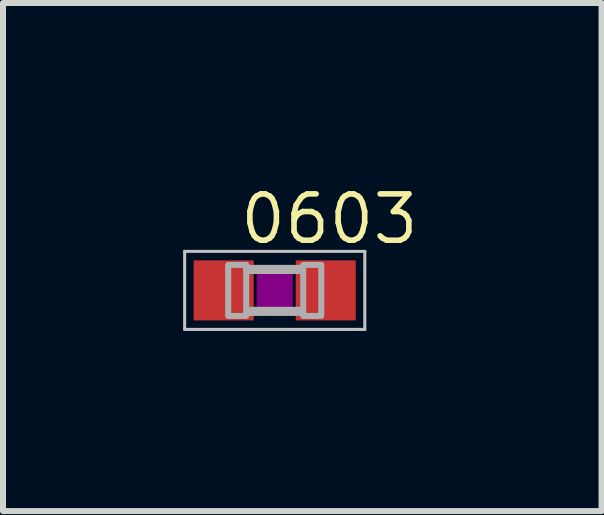
<source format=kicad_pcb>
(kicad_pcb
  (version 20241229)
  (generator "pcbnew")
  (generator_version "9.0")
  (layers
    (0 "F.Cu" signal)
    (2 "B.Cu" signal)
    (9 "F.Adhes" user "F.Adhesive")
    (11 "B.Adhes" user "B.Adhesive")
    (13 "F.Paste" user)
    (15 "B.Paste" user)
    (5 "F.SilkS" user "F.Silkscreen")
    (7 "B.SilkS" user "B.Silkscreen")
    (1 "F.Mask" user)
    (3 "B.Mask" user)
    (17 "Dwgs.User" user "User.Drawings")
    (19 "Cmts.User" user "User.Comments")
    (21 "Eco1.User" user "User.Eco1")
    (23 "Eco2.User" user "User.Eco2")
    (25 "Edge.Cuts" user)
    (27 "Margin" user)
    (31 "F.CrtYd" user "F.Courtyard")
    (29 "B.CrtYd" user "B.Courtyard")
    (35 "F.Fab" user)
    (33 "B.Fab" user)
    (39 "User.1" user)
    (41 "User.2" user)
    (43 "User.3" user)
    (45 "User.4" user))
  (footprint "0603"
    (layer "F.Cu")
    (at 1.525 1.786)
    (property "Reference" "0603" (at -0.622 -0.736 0) (layer "F.SilkS") (effects (font (size 0.772 0.772) (thickness 0.093)) (justify left bottom)))
    (attr through_hole)
    (fp_poly (pts (xy -0.3 0.4) (xy 0.3 0.4) (xy 0.3 -0.4) (xy -0.3 -0.4)) (stroke (width 0) (type solid)) (fill yes) (layer "F.Adhes"))
    (fp_line (start -1.5 -0.65) (end 1.5 -0.65) (stroke (width 0.051) (type solid)) (layer "Dwgs.User"))
    (fp_line (start -1.5 0.65) (end -1.5 -0.65) (stroke (width 0.051) (type solid)) (layer "Dwgs.User"))
    (fp_line (start 1.5 -0.65) (end 1.5 0.65) (stroke (width 0.051) (type solid)) (layer "Dwgs.User"))
    (fp_line (start 1.5 0.65) (end -1.5 0.65) (stroke (width 0.051) (type solid)) (layer "Dwgs.User"))
    (fp_line (start -0.445 -0.349) (end 0.445 -0.349) (stroke (width 0.152) (type solid)) (layer "F.Fab"))
    (fp_line (start 0.445 0.349) (end -0.445 0.349) (stroke (width 0.152) (type solid)) (layer "F.Fab"))
    (fp_poly (pts (xy -0.775 0.425) (xy -0.475 0.425) (xy -0.475 -0.425) (xy -0.775 -0.425)) (stroke (width 0.1) (type solid)) (fill no) (layer "F.Fab"))
    (fp_poly (pts (xy 0.475 0.425) (xy 0.775 0.425) (xy 0.775 -0.425) (xy 0.475 -0.425)) (stroke (width 0.1) (type solid)) (fill no) (layer "F.Fab"))
    (pad "1" smd rect (at -0.85 0) (size 1 1) (layers "F.Cu" "F.Mask" "F.Paste"))
    (pad "2" smd rect (at 0.85 0) (size 1 1) (layers "F.Cu" "F.Mask" "F.Paste")))
  (gr_rect
    (start -3 -3)
    (end 6.968 5.461)
    (stroke (width 0.1) (type default))
    (fill no)
    (layer "Edge.Cuts")))
</source>
